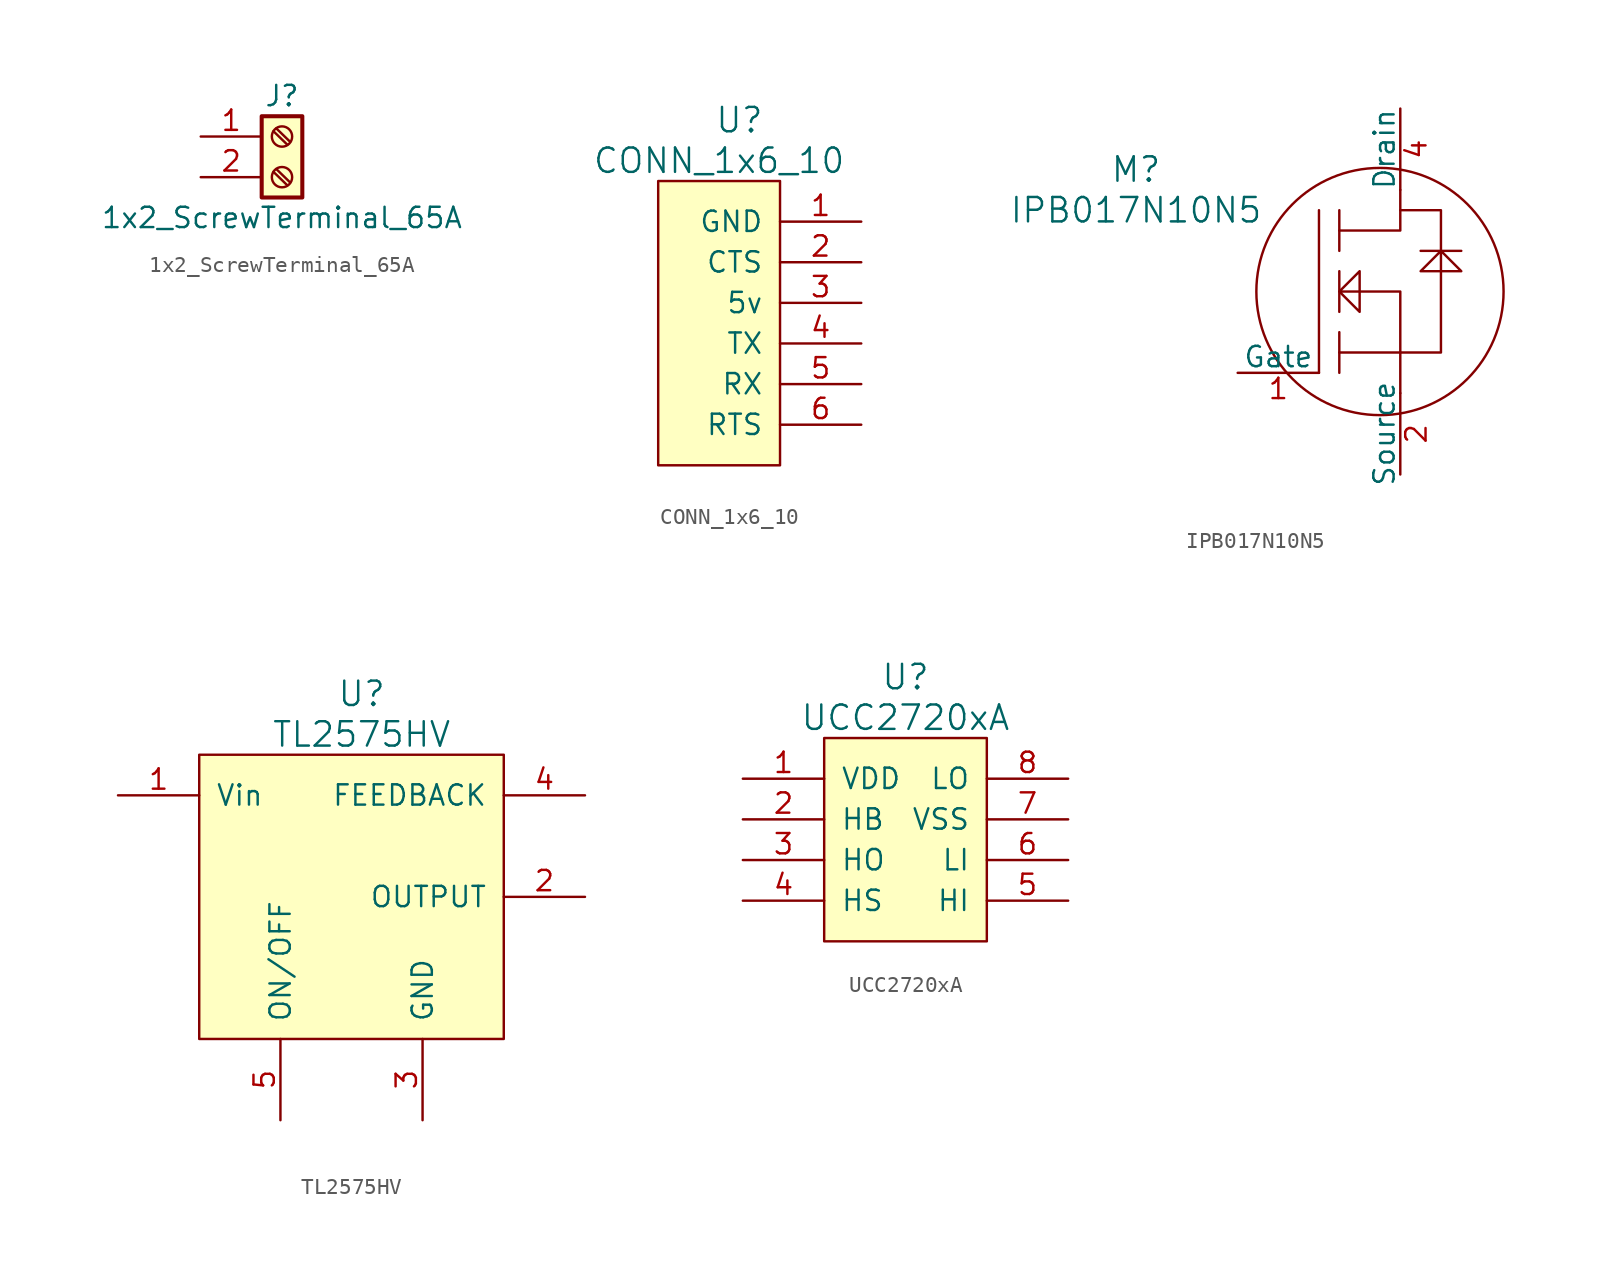
<source format=kicad_sym>
(kicad_symbol_lib
  (version 20211014)
  (generator kicad_symbol_editor)
  (symbol "1x2_ScrewTerminal_65A"
    (pin_names
      (offset 1.016) hide)
    (property "Reference" "J"
      (at 0 2.54 0)
      (effects (font (size 1.27 1.27))))
    (property "Value" "1x2_ScrewTerminal_65A"
      (at 0 -5.08 0)
      (effects (font (size 1.27 1.27))))
    (symbol "1x2_ScrewTerminal_65A_1_1"
      (rectangle (start -1.27 1.27) (end 1.27 -3.81) (stroke (width 0.254) (type default) (color 0 0 0 0)) (fill (type background)))
      (circle (center 0 -2.54) (radius 0.635) (stroke (width 0.152) (type default) (color 0 0 0 0)) (fill (type none)))
      (polyline (pts (xy -0.533 -2.21) (xy 0.33 -3.048)) (stroke (width 0.152) (type default) (color 0 0 0 0)) (fill (type none)))
      (polyline (pts (xy -0.533 0.33) (xy 0.33 -0.508)) (stroke (width 0.152) (type default) (color 0 0 0 0)) (fill (type none)))
      (polyline (pts (xy -0.356 -2.032) (xy 0.508 -2.87)) (stroke (width 0.152) (type default) (color 0 0 0 0)) (fill (type none)))
      (polyline (pts (xy -0.356 0.508) (xy 0.508 -0.33)) (stroke (width 0.152) (type default) (color 0 0 0 0)) (fill (type none)))
      (circle (center 0 0) (radius 0.635) (stroke (width 0.152) (type default) (color 0 0 0 0)) (fill (type none)))
      (pin passive line (at -5.08 0 0) (length 3.81) (name "Pin_1" (effects (font (size 1.27 1.27)))) (number "1" (effects (font (size 1.27 1.27)))))
      (pin passive line (at -5.08 -2.54 0) (length 3.81) (name "Pin_2" (effects (font (size 1.27 1.27)))) (number "2" (effects (font (size 1.27 1.27)))))
      (pin output line (at -5.08 0 0) (length 5.08) hide (name "~" (effects (font (size 1.27 1.27)))) (number "3" (effects (font (size 1.27 1.27)))))
      (pin output line (at -5.08 -2.54 0) (length 5.08) hide (name "~" (effects (font (size 1.27 1.27)))) (number "4" (effects (font (size 1.27 1.27)))))))
  (symbol "CONN_1x6_10"
    (pin_names
      (offset 1.016))
    (property "Reference" "U"
      (at 1.27 17.78 0)
      (effects (font (size 1.524 1.524))))
    (property "Value" "CONN_1x6_10"
      (at 0 15.24 0)
      (effects (font (size 1.524 1.524))))
    (symbol "CONN_1x6_10_0_1"
      (rectangle (start -3.81 -3.81) (end 3.81 13.97) (stroke (width 0) (type default) (color 0 0 0 0)) (fill (type background))))
    (symbol "CONN_1x6_10_1_1"
      (pin bidirectional line (at 8.89 11.43 180) (length 5.08) (name "GND" (effects (font (size 1.27 1.27)))) (number "1" (effects (font (size 1.27 1.27)))))
      (pin bidirectional line (at 8.89 8.89 180) (length 5.08) (name "CTS" (effects (font (size 1.27 1.27)))) (number "2" (effects (font (size 1.27 1.27)))))
      (pin bidirectional line (at 8.89 6.35 180) (length 5.08) (name "5v" (effects (font (size 1.27 1.27)))) (number "3" (effects (font (size 1.27 1.27)))))
      (pin bidirectional line (at 8.89 3.81 180) (length 5.08) (name "TX" (effects (font (size 1.27 1.27)))) (number "4" (effects (font (size 1.27 1.27)))))
      (pin bidirectional line (at 8.89 1.27 180) (length 5.08) (name "RX" (effects (font (size 1.27 1.27)))) (number "5" (effects (font (size 1.27 1.27)))))
      (pin bidirectional line (at 8.89 -1.27 180) (length 5.08) (name "RTS" (effects (font (size 1.27 1.27)))) (number "6" (effects (font (size 1.27 1.27)))))))
  (symbol "IPB017N10N5"
    (pin_names
      (offset 0))
    (property "Reference" "M"
      (at -16.51 7.62 0)
      (effects (font (size 1.524 1.524))))
    (property "Value" "IPB017N10N5"
      (at -16.51 5.08 0)
      (effects (font (size 1.524 1.524))))
    (symbol "IPB017N10N5_0_1"
      (circle (center -1.27 0) (radius 7.722) (stroke (width 0) (type default) (color 0 0 0 0)) (fill (type none)))
      (polyline (pts (xy -5.08 5.08) (xy -5.08 -5.08)) (stroke (width 0) (type default) (color 0 0 0 0)) (fill (type none)))
      (polyline (pts (xy -3.81 -3.81) (xy 0 -3.81)) (stroke (width 0) (type default) (color 0 0 0 0)) (fill (type none)))
      (polyline (pts (xy -3.81 -2.54) (xy -3.81 -5.08)) (stroke (width 0) (type default) (color 0 0 0 0)) (fill (type none)))
      (polyline (pts (xy -3.81 1.27) (xy -3.81 -1.27)) (stroke (width 0) (type default) (color 0 0 0 0)) (fill (type none)))
      (polyline (pts (xy -3.81 5.08) (xy -3.81 2.54)) (stroke (width 0) (type default) (color 0 0 0 0)) (fill (type none)))
      (polyline (pts (xy -3.81 3.81) (xy 0 3.81) (xy 0 6.35)) (stroke (width 0) (type default) (color 0 0 0 0)) (fill (type none)))
      (polyline (pts (xy -3.81 0) (xy -2.54 0) (xy -2.54 1.27) (xy -3.81 0) (xy -2.54 -1.27) (xy -2.54 0) (xy 0 0) (xy 0 -6.35)) (stroke (width 0) (type default) (color 0 0 0 0)) (fill (type none)))
      (polyline (pts (xy 0 -3.81) (xy 2.54 -3.81) (xy 2.54 1.27) (xy 1.27 1.27) (xy 2.54 2.54) (xy 3.81 1.27) (xy 2.54 1.27) (xy 2.54 2.54) (xy 1.27 2.54) (xy 3.81 2.54) (xy 2.54 2.54) (xy 2.54 3.81) (xy 2.54 5.08) (xy 0 5.08)) (stroke (width 0) (type default) (color 0 0 0 0)) (fill (type none))))
    (symbol "IPB017N10N5_1_1"
      (pin input line (at -10.16 -5.08 0) (length 5.08) (name "Gate" (effects (font (size 1.27 1.27)))) (number "1" (effects (font (size 1.27 1.27)))))
      (pin output line (at 0 -11.43 90) (length 5.08) (name "Source" (effects (font (size 1.27 1.27)))) (number "2" (effects (font (size 1.27 1.27)))))
      (pin output line (at 0 -11.43 90) (length 5.08) hide (name "~" (effects (font (size 1.27 1.27)))) (number "3" (effects (font (size 1.27 1.27)))))
      (pin input line (at 0 11.43 270) (length 5.08) (name "Drain" (effects (font (size 1.27 1.27)))) (number "4" (effects (font (size 1.27 1.27)))))
      (pin output line (at 0 -11.43 90) (length 5.08) hide (name "~" (effects (font (size 1.27 1.27)))) (number "5" (effects (font (size 1.27 1.27)))))
      (pin output line (at 0 -11.43 90) (length 5.08) hide (name "~" (effects (font (size 1.27 1.27)))) (number "6" (effects (font (size 1.27 1.27)))))
      (pin output line (at 0 -11.43 90) (length 5.08) hide (name "~" (effects (font (size 1.27 1.27)))) (number "7" (effects (font (size 1.27 1.27)))))))
  (symbol "TL2575HV"
    (pin_names
      (offset 1.016))
    (property "Reference" "U"
      (at 0 12.7 0)
      (effects (font (size 1.524 1.524))))
    (property "Value" "TL2575HV"
      (at 0 10.16 0)
      (effects (font (size 1.524 1.524))))
    (symbol "TL2575HV_0_1"
      (rectangle (start -10.16 -8.89) (end 8.89 8.89) (stroke (width 0) (type default) (color 0 0 0 0)) (fill (type background))))
    (symbol "TL2575HV_1_1"
      (pin input line (at -15.24 6.35 0) (length 5.08) (name "Vin" (effects (font (size 1.27 1.27)))) (number "1" (effects (font (size 1.27 1.27)))))
      (pin output line (at 13.97 0 180) (length 5.08) (name "OUTPUT" (effects (font (size 1.27 1.27)))) (number "2" (effects (font (size 1.27 1.27)))))
      (pin bidirectional line (at 3.81 -13.97 90) (length 5.08) (name "GND" (effects (font (size 1.27 1.27)))) (number "3" (effects (font (size 1.27 1.27)))))
      (pin input line (at 13.97 6.35 180) (length 5.08) (name "FEEDBACK" (effects (font (size 1.27 1.27)))) (number "4" (effects (font (size 1.27 1.27)))))
      (pin input line (at -5.08 -13.97 90) (length 5.08) (name "ON/OFF" (effects (font (size 1.27 1.27)))) (number "5" (effects (font (size 1.27 1.27)))))))
  (symbol "UCC2720xA"
    (pin_names
      (offset 1.016))
    (property "Reference" "U"
      (at 2.54 7.62 0)
      (effects (font (size 1.524 1.524))))
    (property "Value" "UCC2720xA"
      (at 2.54 5.08 0)
      (effects (font (size 1.524 1.524))))
    (symbol "UCC2720xA_0_1"
      (rectangle (start -2.54 3.81) (end 7.62 -8.89) (stroke (width 0) (type default) (color 0 0 0 0)) (fill (type background))))
    (symbol "UCC2720xA_1_1"
      (pin input line (at -7.62 1.27 0) (length 5.08) (name "VDD" (effects (font (size 1.27 1.27)))) (number "1" (effects (font (size 1.27 1.27)))))
      (pin input line (at -7.62 -1.27 0) (length 5.08) (name "HB" (effects (font (size 1.27 1.27)))) (number "2" (effects (font (size 1.27 1.27)))))
      (pin input line (at -7.62 -3.81 0) (length 5.08) (name "HO" (effects (font (size 1.27 1.27)))) (number "3" (effects (font (size 1.27 1.27)))))
      (pin input line (at -7.62 -6.35 0) (length 5.08) (name "HS" (effects (font (size 1.27 1.27)))) (number "4" (effects (font (size 1.27 1.27)))))
      (pin input line (at 12.7 -6.35 180) (length 5.08) (name "HI" (effects (font (size 1.27 1.27)))) (number "5" (effects (font (size 1.27 1.27)))))
      (pin input line (at 12.7 -3.81 180) (length 5.08) (name "LI" (effects (font (size 1.27 1.27)))) (number "6" (effects (font (size 1.27 1.27)))))
      (pin input line (at 12.7 -1.27 180) (length 5.08) (name "VSS" (effects (font (size 1.27 1.27)))) (number "7" (effects (font (size 1.27 1.27)))))
      (pin input line (at 12.7 1.27 180) (length 5.08) (name "LO" (effects (font (size 1.27 1.27)))) (number "8" (effects (font (size 1.27 1.27)))))
      (pin input line (at 12.7 -1.27 180) (length 5.08) hide (name "PowerPad" (effects (font (size 1.27 1.27)))) (number "9" (effects (font (size 1.27 1.27))))))))
</source>
